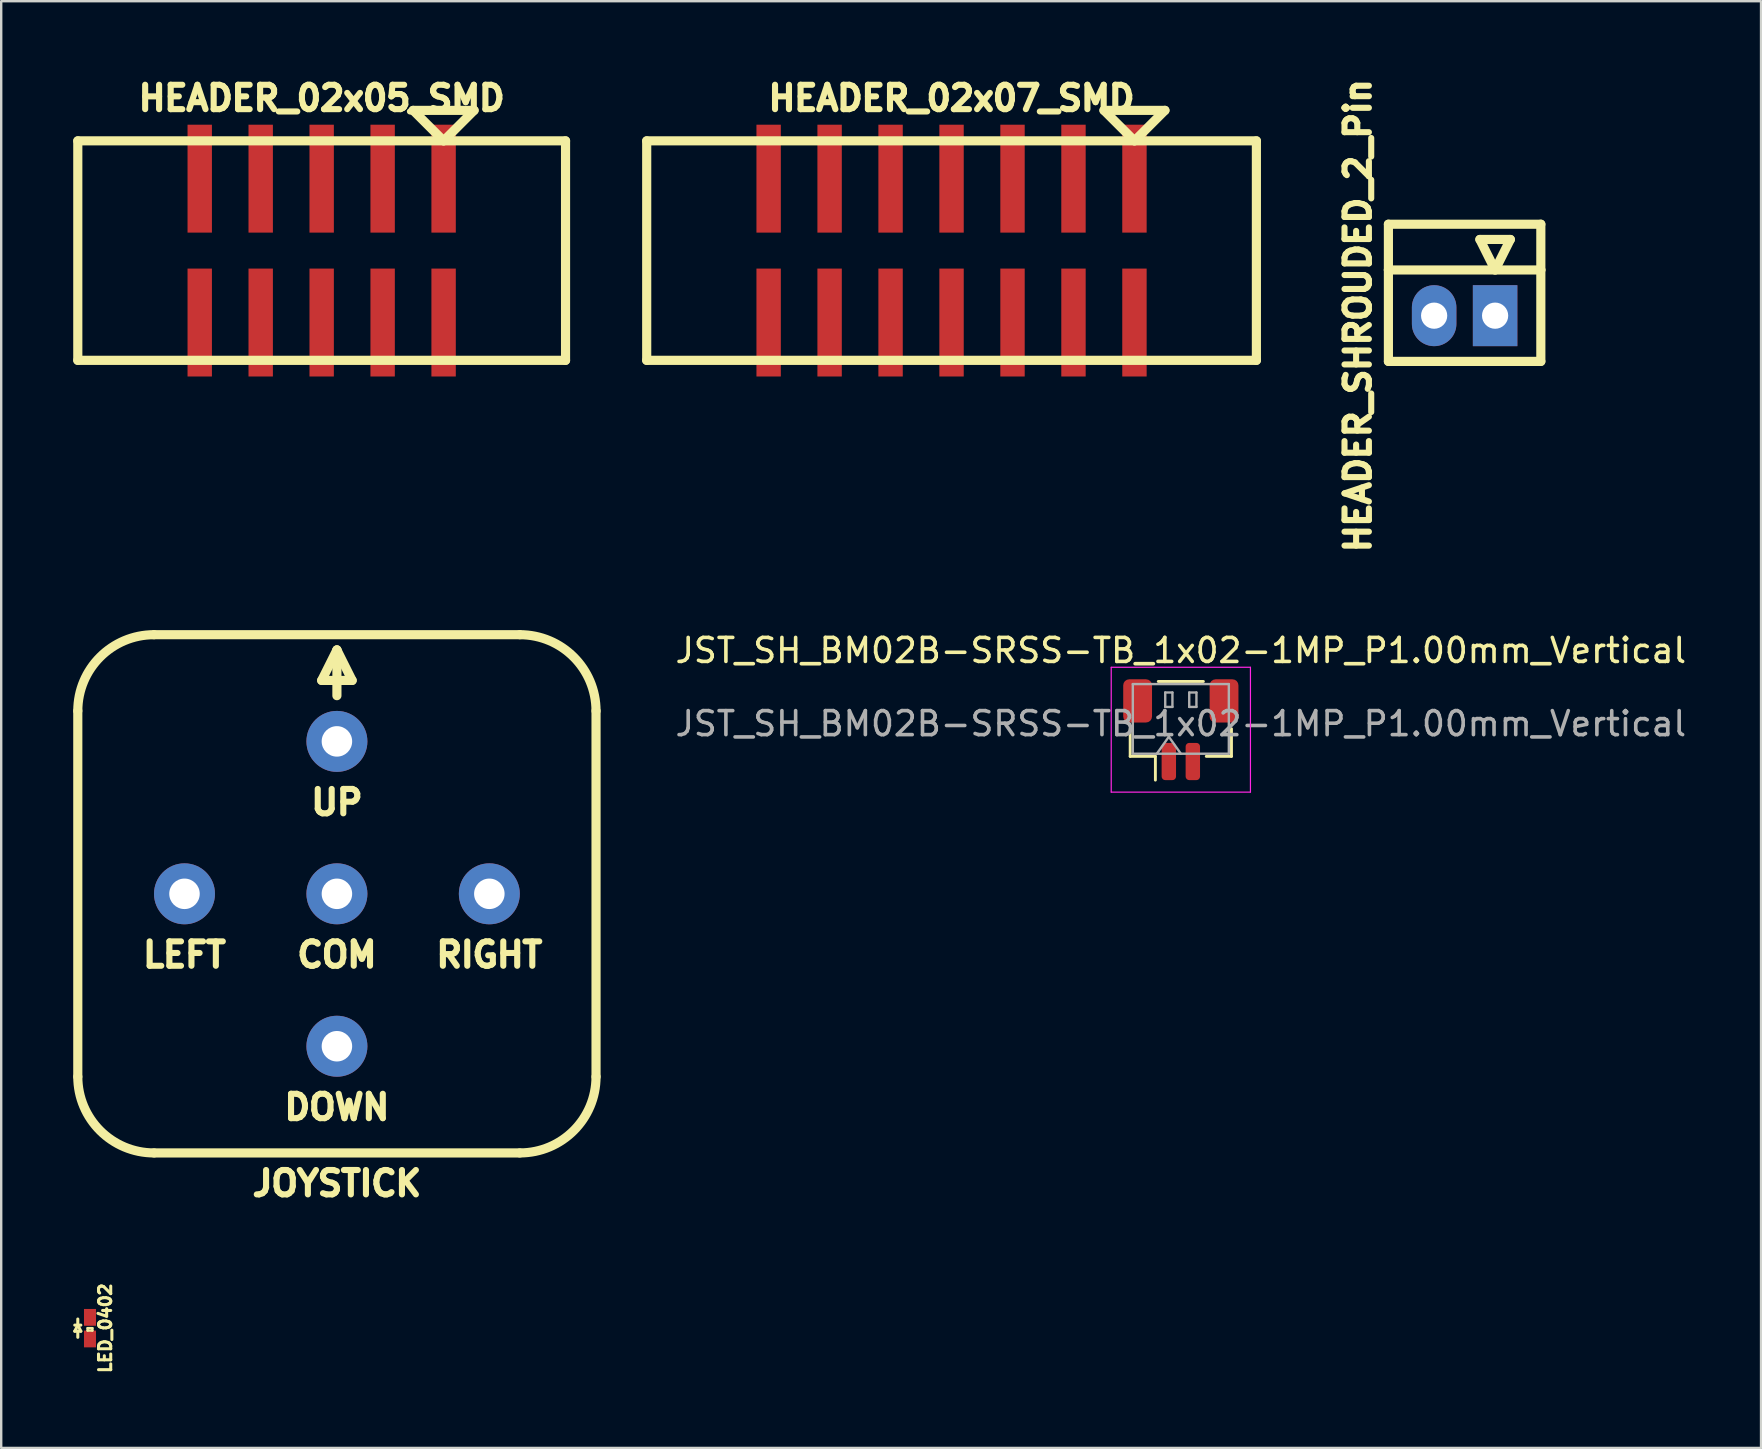
<source format=kicad_pcb>
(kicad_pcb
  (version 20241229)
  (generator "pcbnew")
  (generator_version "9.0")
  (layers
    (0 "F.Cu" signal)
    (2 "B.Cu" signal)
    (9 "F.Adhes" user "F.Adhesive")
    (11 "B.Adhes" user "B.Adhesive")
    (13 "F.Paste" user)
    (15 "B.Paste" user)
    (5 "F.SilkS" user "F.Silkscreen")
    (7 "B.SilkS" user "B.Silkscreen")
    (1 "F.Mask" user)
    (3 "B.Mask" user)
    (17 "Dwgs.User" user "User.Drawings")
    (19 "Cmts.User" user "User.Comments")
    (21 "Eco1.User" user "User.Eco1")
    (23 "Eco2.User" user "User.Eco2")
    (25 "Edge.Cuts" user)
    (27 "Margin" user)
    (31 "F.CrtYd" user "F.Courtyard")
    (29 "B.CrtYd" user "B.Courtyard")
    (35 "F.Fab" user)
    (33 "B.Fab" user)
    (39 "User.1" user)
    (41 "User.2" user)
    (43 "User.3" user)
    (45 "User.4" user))
  (footprint "LED_0402"
    (layer "F.Cu")
    (at 0.699 52.282)
    (property "Reference" "LED_0402" (at 0.635 0 90) (layer "F.SilkS") (effects (font (size 0.508 0.508) (thickness 0.127))))
    (property "Value" "${VALUE}" (at 0.635 0 90) (layer "F.Fab") (hide yes) (effects (font (size 0.508 0.508) (thickness 0.127))))
    (attr smd)
    (fp_line (start -0.635 -0.127) (end -0.381 -0.127) (stroke (width 0.127) (type solid)) (layer "F.SilkS"))
    (fp_line (start -0.635 0.127) (end -0.508 -0.127) (stroke (width 0.127) (type solid)) (layer "F.SilkS"))
    (fp_line (start -0.508 -0.127) (end -0.508 -0.381) (stroke (width 0.127) (type solid)) (layer "F.SilkS"))
    (fp_line (start -0.508 -0.127) (end -0.381 0.127) (stroke (width 0.127) (type solid)) (layer "F.SilkS"))
    (fp_line (start -0.508 0.127) (end -0.508 0.381) (stroke (width 0.127) (type solid)) (layer "F.SilkS"))
    (fp_line (start -0.381 0.127) (end -0.635 0.127) (stroke (width 0.127) (type solid)) (layer "F.SilkS"))
    (fp_line (start -0.1 0) (end -0.1 0.1) (stroke (width 0.1) (type solid)) (layer "F.SilkS"))
    (fp_line (start -0.1 0.1) (end 0.1 0.1) (stroke (width 0.1) (type solid)) (layer "F.SilkS"))
    (fp_line (start 0.1 0) (end -0.1 0) (stroke (width 0.1) (type solid)) (layer "F.SilkS"))
    (fp_line (start 0.1 0.1) (end 0.1 0) (stroke (width 0.1) (type solid)) (layer "F.SilkS"))
    (pad "1" smd rect (at 0 -0.45 270) (size 0.7 0.5) (layers "F.Cu" "F.Mask" "F.Paste"))
    (pad "2" smd rect (at 0 0.45 270) (size 0.7 0.5) (layers "F.Cu" "F.Mask" "F.Paste")))
  (footprint "HEADER_02x07_SMD"
    (layer "F.Cu")
    (at 36.592 7.39)
    (property "Reference" "HEADER_02x07_SMD" (at 0 -6.35 0) (layer "F.SilkS") (effects (font (size 1.016 1.016) (thickness 0.254))))
    (property "Value" "${VALUE}" (at 0 6.35 0) (layer "F.SilkS") (hide yes) (effects (font (size 1.016 1.016) (thickness 0.254))))
    (attr through_hole)
    (fp_line (start -12.7 -4.572) (end -12.7 4.572) (stroke (width 0.381) (type solid)) (layer "F.SilkS"))
    (fp_line (start -12.7 -4.572) (end 12.7 -4.572) (stroke (width 0.381) (type solid)) (layer "F.SilkS"))
    (fp_line (start -12.7 4.572) (end 12.7 4.572) (stroke (width 0.381) (type solid)) (layer "F.SilkS"))
    (fp_line (start 6.35 -5.842) (end 7.62 -4.572) (stroke (width 0.381) (type solid)) (layer "F.SilkS"))
    (fp_line (start 7.62 -4.572) (end 8.89 -5.842) (stroke (width 0.381) (type solid)) (layer "F.SilkS"))
    (fp_line (start 8.89 -5.842) (end 6.35 -5.842) (stroke (width 0.381) (type solid)) (layer "F.SilkS"))
    (fp_line (start 12.7 -4.572) (end 12.7 4.572) (stroke (width 0.381) (type solid)) (layer "F.SilkS"))
    (pad "1" smd rect (at 7.62 -2.997) (size 1.016 4.496) (layers "F.Cu" "F.Mask" "F.Paste"))
    (pad "2" smd rect (at 7.62 2.997) (size 1.016 4.496) (layers "F.Cu" "F.Mask" "F.Paste"))
    (pad "3" smd rect (at 5.08 -2.997) (size 1.016 4.496) (layers "F.Cu" "F.Mask" "F.Paste"))
    (pad "4" smd rect (at 5.08 2.997) (size 1.016 4.496) (layers "F.Cu" "F.Mask" "F.Paste"))
    (pad "5" smd rect (at 2.54 -2.997) (size 1.016 4.496) (layers "F.Cu" "F.Mask" "F.Paste"))
    (pad "6" smd rect (at 2.54 2.997) (size 1.016 4.496) (layers "F.Cu" "F.Mask" "F.Paste"))
    (pad "7" smd rect (at 0 -2.997) (size 1.016 4.496) (layers "F.Cu" "F.Mask" "F.Paste"))
    (pad "8" smd rect (at 0 2.997) (size 1.016 4.496) (layers "F.Cu" "F.Mask" "F.Paste"))
    (pad "9" smd rect (at -2.54 -2.997) (size 1.016 4.496) (layers "F.Cu" "F.Mask" "F.Paste"))
    (pad "10" smd rect (at -2.54 2.997) (size 1.016 4.496) (layers "F.Cu" "F.Mask" "F.Paste"))
    (pad "11" smd rect (at -5.08 -2.997) (size 1.016 4.496) (layers "F.Cu" "F.Mask" "F.Paste"))
    (pad "12" smd rect (at -5.08 2.997) (size 1.016 4.496) (layers "F.Cu" "F.Mask" "F.Paste"))
    (pad "13" smd rect (at -7.62 -2.997) (size 1.016 4.496) (layers "F.Cu" "F.Mask" "F.Paste"))
    (pad "14" smd rect (at -7.62 2.997) (size 1.016 4.496) (layers "F.Cu" "F.Mask" "F.Paste")))
  (footprint "HEADER_SHROUDED_2_Pin"
    (layer "F.Cu")
    (at 57.967 10.101)
    (property "Reference" "HEADER_SHROUDED_2_Pin" (at -4.445 0 90) (layer "F.SilkS") (effects (font (size 1.016 1.016) (thickness 0.254))))
    (property "Value" "${VALUE}" (at 0 -5.08 0) (layer "F.SilkS") (hide yes) (effects (font (size 1.016 1.016) (thickness 0.254))))
    (attr through_hole)
    (fp_line (start -3.175 -3.81) (end -3.175 -1.905) (stroke (width 0.381) (type solid)) (layer "F.SilkS"))
    (fp_line (start -3.175 -3.81) (end 3.175 -3.81) (stroke (width 0.381) (type solid)) (layer "F.SilkS"))
    (fp_line (start -3.175 -1.905) (end -3.175 1.905) (stroke (width 0.381) (type solid)) (layer "F.SilkS"))
    (fp_line (start -3.175 -1.905) (end 3.175 -1.905) (stroke (width 0.381) (type solid)) (layer "F.SilkS"))
    (fp_line (start -3.175 1.905) (end 3.175 1.905) (stroke (width 0.381) (type solid)) (layer "F.SilkS"))
    (fp_line (start 0.635 -3.175) (end 1.27 -1.905) (stroke (width 0.381) (type solid)) (layer "F.SilkS"))
    (fp_line (start 1.27 -1.905) (end 1.905 -3.175) (stroke (width 0.381) (type solid)) (layer "F.SilkS"))
    (fp_line (start 1.905 -3.175) (end 0.635 -3.175) (stroke (width 0.381) (type solid)) (layer "F.SilkS"))
    (fp_line (start 3.175 -3.81) (end 3.175 -1.905) (stroke (width 0.381) (type solid)) (layer "F.SilkS"))
    (fp_line (start 3.175 1.905) (end 3.175 -1.905) (stroke (width 0.381) (type solid)) (layer "F.SilkS"))
    (pad "1" thru_hole rect (at 1.27 0) (size 1.854 2.54) (drill 1.092) (layers "*.Cu" "*.Mask"))
    (pad "2" thru_hole oval (at -1.27 0) (size 1.854 2.54) (drill 1.092) (layers "*.Cu" "*.Mask")))
  (footprint "HEADER_02x05_SMD"
    (layer "F.Cu")
    (at 10.351 7.39)
    (property "Reference" "HEADER_02x05_SMD" (at 0 -6.35 0) (layer "F.SilkS") (effects (font (size 1.016 1.016) (thickness 0.254))))
    (property "Value" "${VALUE}" (at 0 6.35 0) (layer "F.SilkS") (hide yes) (effects (font (size 1.016 1.016) (thickness 0.254))))
    (attr through_hole)
    (fp_line (start -10.16 -4.572) (end -10.16 4.572) (stroke (width 0.381) (type solid)) (layer "F.SilkS"))
    (fp_line (start -10.16 -4.572) (end 10.16 -4.572) (stroke (width 0.381) (type solid)) (layer "F.SilkS"))
    (fp_line (start -10.16 4.572) (end 10.16 4.572) (stroke (width 0.381) (type solid)) (layer "F.SilkS"))
    (fp_line (start 3.81 -5.842) (end 5.08 -4.572) (stroke (width 0.381) (type solid)) (layer "F.SilkS"))
    (fp_line (start 5.08 -4.572) (end 6.35 -5.842) (stroke (width 0.381) (type solid)) (layer "F.SilkS"))
    (fp_line (start 6.35 -5.842) (end 3.81 -5.842) (stroke (width 0.381) (type solid)) (layer "F.SilkS"))
    (fp_line (start 10.16 -4.572) (end 10.16 4.572) (stroke (width 0.381) (type solid)) (layer "F.SilkS"))
    (pad "1" smd rect (at 5.08 -2.997) (size 1.016 4.496) (layers "F.Cu" "F.Mask" "F.Paste"))
    (pad "2" smd rect (at 5.08 2.997) (size 1.016 4.496) (layers "F.Cu" "F.Mask" "F.Paste"))
    (pad "3" smd rect (at 2.54 -2.997) (size 1.016 4.496) (layers "F.Cu" "F.Mask" "F.Paste"))
    (pad "4" smd rect (at 2.54 2.997) (size 1.016 4.496) (layers "F.Cu" "F.Mask" "F.Paste"))
    (pad "5" smd rect (at 0 -2.997) (size 1.016 4.496) (layers "F.Cu" "F.Mask" "F.Paste"))
    (pad "6" smd rect (at 0 2.997) (size 1.016 4.496) (layers "F.Cu" "F.Mask" "F.Paste"))
    (pad "7" smd rect (at -2.54 -2.997) (size 1.016 4.496) (layers "F.Cu" "F.Mask" "F.Paste"))
    (pad "8" smd rect (at -2.54 2.997) (size 1.016 4.496) (layers "F.Cu" "F.Mask" "F.Paste"))
    (pad "9" smd rect (at -5.08 -2.997) (size 1.016 4.496) (layers "F.Cu" "F.Mask" "F.Paste"))
    (pad "10" smd rect (at -5.08 2.997) (size 1.016 4.496) (layers "F.Cu" "F.Mask" "F.Paste")))
  (footprint "JST_SH_BM02B-SRSS-TB_1x02-1MP_P1.00mm_Vertical"
    (layer "F.Cu")
    (at 46.144 27.35)
    (property "Reference" "JST_SH_BM02B-SRSS-TB_1x02-1MP_P1.00mm_Vertical" (at 0 -3.3 0) (layer "F.SilkS") (effects (font (size 1 1) (thickness 0.15))))
    (attr smd)
    (fp_line (start -2.11 -0.04) (end -2.11 1.11) (stroke (width 0.12) (type solid)) (layer "F.SilkS"))
    (fp_line (start -2.11 1.11) (end -1.06 1.11) (stroke (width 0.12) (type solid)) (layer "F.SilkS"))
    (fp_line (start -1.06 1.11) (end -1.06 2.1) (stroke (width 0.12) (type solid)) (layer "F.SilkS"))
    (fp_line (start -0.94 -2.01) (end 0.94 -2.01) (stroke (width 0.12) (type solid)) (layer "F.SilkS"))
    (fp_line (start 2.11 -0.04) (end 2.11 1.11) (stroke (width 0.12) (type solid)) (layer "F.SilkS"))
    (fp_line (start 2.11 1.11) (end 1.06 1.11) (stroke (width 0.12) (type solid)) (layer "F.SilkS"))
    (fp_line (start -2.9 -2.6) (end -2.9 2.6) (stroke (width 0.05) (type solid)) (layer "F.CrtYd"))
    (fp_line (start -2.9 2.6) (end 2.9 2.6) (stroke (width 0.05) (type solid)) (layer "F.CrtYd"))
    (fp_line (start 2.9 -2.6) (end -2.9 -2.6) (stroke (width 0.05) (type solid)) (layer "F.CrtYd"))
    (fp_line (start 2.9 2.6) (end 2.9 -2.6) (stroke (width 0.05) (type solid)) (layer "F.CrtYd"))
    (fp_line (start -2 -1.9) (end 2 -1.9) (stroke (width 0.1) (type solid)) (layer "F.Fab"))
    (fp_line (start -2 1) (end -2 -1.9) (stroke (width 0.1) (type solid)) (layer "F.Fab"))
    (fp_line (start -2 1) (end 2 1) (stroke (width 0.1) (type solid)) (layer "F.Fab"))
    (fp_line (start -1 1) (end -0.5 0.293) (stroke (width 0.1) (type solid)) (layer "F.Fab"))
    (fp_line (start -0.65 -1.55) (end -0.65 -0.95) (stroke (width 0.1) (type solid)) (layer "F.Fab"))
    (fp_line (start -0.65 -0.95) (end -0.35 -0.95) (stroke (width 0.1) (type solid)) (layer "F.Fab"))
    (fp_line (start -0.5 0.293) (end 0 1) (stroke (width 0.1) (type solid)) (layer "F.Fab"))
    (fp_line (start -0.35 -1.55) (end -0.65 -1.55) (stroke (width 0.1) (type solid)) (layer "F.Fab"))
    (fp_line (start -0.35 -0.95) (end -0.35 -1.55) (stroke (width 0.1) (type solid)) (layer "F.Fab"))
    (fp_line (start 0.35 -1.55) (end 0.35 -0.95) (stroke (width 0.1) (type solid)) (layer "F.Fab"))
    (fp_line (start 0.35 -0.95) (end 0.65 -0.95) (stroke (width 0.1) (type solid)) (layer "F.Fab"))
    (fp_line (start 0.65 -1.55) (end 0.35 -1.55) (stroke (width 0.1) (type solid)) (layer "F.Fab"))
    (fp_line (start 0.65 -0.95) (end 0.65 -1.55) (stroke (width 0.1) (type solid)) (layer "F.Fab"))
    (fp_line (start 2 1) (end 2 -1.9) (stroke (width 0.1) (type solid)) (layer "F.Fab"))
    (fp_text user "${REFERENCE}" (at 0 -0.25 0) (layer "F.Fab") (effects (font (size 1 1) (thickness 0.15))))
    (pad "1" smd roundrect (at -0.5 1.325) (size 0.6 1.55) (layers "F.Cu" "F.Mask" "F.Paste") (roundrect_rratio 0.25))
    (pad "2" smd roundrect (at 0.5 1.325) (size 0.6 1.55) (layers "F.Cu" "F.Mask" "F.Paste") (roundrect_rratio 0.25))
    (pad "MP" smd roundrect (at -1.8 -1.2) (size 1.2 1.8) (layers "F.Cu" "F.Mask" "F.Paste") (roundrect_rratio 0.208))
    (pad "MP" smd roundrect (at 1.8 -1.2) (size 1.2 1.8) (layers "F.Cu" "F.Mask" "F.Paste") (roundrect_rratio 0.208)))
  (footprint "JOYSTICK"
    (layer "F.Cu")
    (at 10.986 34.187)
    (property "Reference" "JOYSTICK" (at 0 12.065 0) (layer "F.SilkS") (effects (font (size 1.016 1.016) (thickness 0.254))))
    (attr through_hole)
    (fp_line (start -10.795 -7.62) (end -10.795 7.62) (stroke (width 0.381) (type solid)) (layer "F.SilkS"))
    (fp_line (start -7.62 10.795) (end 7.62 10.795) (stroke (width 0.381) (type solid)) (layer "F.SilkS"))
    (fp_line (start -0.635 -8.89) (end 0.635 -8.89) (stroke (width 0.381) (type solid)) (layer "F.SilkS"))
    (fp_line (start 0 -10.16) (end -0.635 -8.89) (stroke (width 0.381) (type solid)) (layer "F.SilkS"))
    (fp_line (start 0 -8.255) (end 0 -10.16) (stroke (width 0.381) (type solid)) (layer "F.SilkS"))
    (fp_line (start 0.635 -8.89) (end 0 -10.16) (stroke (width 0.381) (type solid)) (layer "F.SilkS"))
    (fp_line (start 7.62 -10.795) (end -7.62 -10.795) (stroke (width 0.381) (type solid)) (layer "F.SilkS"))
    (fp_line (start 10.795 7.62) (end 10.795 -7.62) (stroke (width 0.381) (type solid)) (layer "F.SilkS"))
    (fp_arc (start -10.795 -7.62) (mid -9.865064 -9.865064) (end -7.62 -10.795) (stroke (width 0.381) (type solid)) (layer "F.SilkS"))
    (fp_arc (start -7.62 10.795) (mid -9.865064 9.865064) (end -10.795 7.62) (stroke (width 0.381) (type solid)) (layer "F.SilkS"))
    (fp_arc (start 7.62 -10.795) (mid 9.865064 -9.865064) (end 10.795 -7.62) (stroke (width 0.381) (type solid)) (layer "F.SilkS"))
    (fp_arc (start 10.795 7.62) (mid 9.865064 9.865064) (end 7.62 10.795) (stroke (width 0.381) (type solid)) (layer "F.SilkS"))
    (fp_text user "RIGHT" (at 6.35 2.54 0) (layer "F.SilkS") (effects (font (size 1.016 1.016) (thickness 0.254))))
    (fp_text user "DOWN" (at 0 8.89 0) (layer "F.SilkS") (effects (font (size 1.016 1.016) (thickness 0.254))))
    (fp_text user "UP" (at 0 -3.81 0) (layer "F.SilkS") (effects (font (size 1.016 1.016) (thickness 0.254))))
    (fp_text user "LEFT" (at -6.35 2.54 0) (layer "F.SilkS") (effects (font (size 1.016 1.016) (thickness 0.254))))
    (fp_text user "COM" (at 0 2.54 0) (layer "F.SilkS") (effects (font (size 1.016 1.016) (thickness 0.254))))
    (pad "COM" thru_hole circle (at 0 0) (size 2.54 2.54) (drill 1.27) (layers "*.Cu" "*.Mask"))
    (pad "D" thru_hole circle (at 0 6.35) (size 2.54 2.54) (drill 1.27) (layers "*.Cu" "*.Mask"))
    (pad "L" thru_hole circle (at -6.35 0) (size 2.54 2.54) (drill 1.27) (layers "*.Cu" "*.Mask"))
    (pad "R" thru_hole circle (at 6.35 0) (size 2.54 2.54) (drill 1.27) (layers "*.Cu" "*.Mask"))
    (pad "U" thru_hole circle (at 0 -6.35) (size 2.54 2.54) (drill 1.27) (layers "*.Cu" "*.Mask")))
  (gr_rect
    (start -3 -3)
    (end 70.316 57.273)
    (stroke (width 0.1) (type default))
    (fill no)
    (layer "Edge.Cuts")))
</source>
